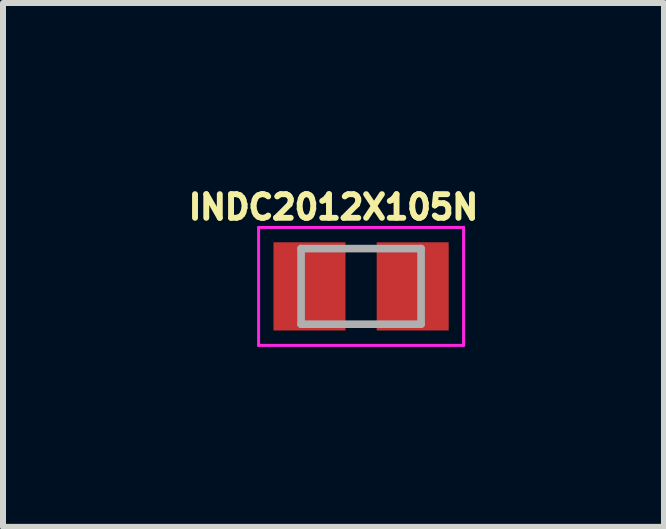
<source format=kicad_pcb>
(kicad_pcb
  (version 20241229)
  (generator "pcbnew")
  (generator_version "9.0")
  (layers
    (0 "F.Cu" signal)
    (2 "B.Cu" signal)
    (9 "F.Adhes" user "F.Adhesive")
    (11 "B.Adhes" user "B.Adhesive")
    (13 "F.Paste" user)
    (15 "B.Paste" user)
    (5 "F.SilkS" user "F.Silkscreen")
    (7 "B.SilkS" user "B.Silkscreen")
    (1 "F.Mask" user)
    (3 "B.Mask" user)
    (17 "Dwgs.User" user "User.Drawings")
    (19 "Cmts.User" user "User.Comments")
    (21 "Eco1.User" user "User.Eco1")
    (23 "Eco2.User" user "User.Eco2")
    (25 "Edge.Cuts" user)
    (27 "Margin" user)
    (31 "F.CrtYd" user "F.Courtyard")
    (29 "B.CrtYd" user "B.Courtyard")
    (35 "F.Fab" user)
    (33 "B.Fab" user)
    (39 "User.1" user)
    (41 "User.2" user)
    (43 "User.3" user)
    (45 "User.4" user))
  (footprint "INDC2012X105N"
    (layer "F.Cu")
    (at 2.968 1.723)
    (property "Reference" "INDC2012X105N" (at -0.46 -1.32 0) (layer "F.SilkS") (effects (font (size 0.394 0.394) (thickness 0.15))))
    (attr smd)
    (fp_line (start -1.708 -0.983) (end 1.708 -0.983) (stroke (width 0.05) (type solid)) (layer "F.CrtYd"))
    (fp_line (start -1.708 0.983) (end -1.708 -0.983) (stroke (width 0.05) (type solid)) (layer "F.CrtYd"))
    (fp_line (start -1.708 0.983) (end 1.708 0.983) (stroke (width 0.05) (type solid)) (layer "F.CrtYd"))
    (fp_line (start 1.708 0.983) (end 1.708 -0.983) (stroke (width 0.05) (type solid)) (layer "F.CrtYd"))
    (fp_line (start -1 0.63) (end -1 -0.63) (stroke (width 0.127) (type solid)) (layer "F.Fab"))
    (fp_line (start 1 -0.63) (end -1 -0.63) (stroke (width 0.127) (type solid)) (layer "F.Fab"))
    (fp_line (start 1 0.63) (end -1 0.63) (stroke (width 0.127) (type solid)) (layer "F.Fab"))
    (fp_line (start 1 0.63) (end 1 -0.63) (stroke (width 0.127) (type solid)) (layer "F.Fab"))
    (pad "1" smd rect (at -0.86 0) (size 1.2 1.47) (layers "F.Cu" "F.Mask" "F.Paste"))
    (pad "2" smd rect (at 0.86 0) (size 1.2 1.47) (layers "F.Cu" "F.Mask" "F.Paste")))
  (gr_rect
    (start -3 -3)
    (end 8.016 5.731)
    (stroke (width 0.1) (type default))
    (fill no)
    (layer "Edge.Cuts")))
</source>
